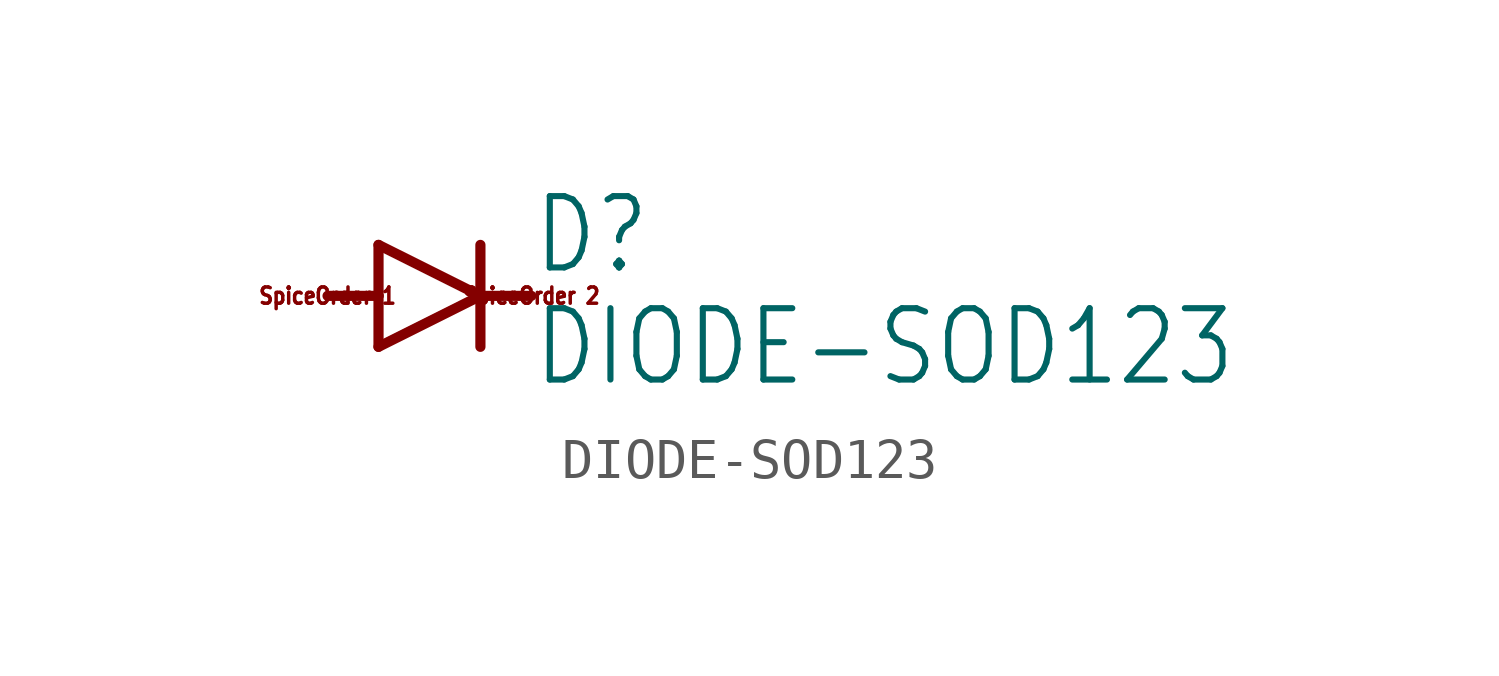
<source format=kicad_sym>
(kicad_symbol_lib
  (version 20211014)
  (generator kicad_symbol_editor)
  (symbol "DIODE-SOD123"
    (property "Reference" "D"
      (at 2.54 0.483 0)
      (effects (font (size 1.778 1.511)) (justify left bottom)))
    (property "Value" "DIODE-SOD123"
      (at 2.54 -2.311 0)
      (effects (font (size 1.778 1.511)) (justify left bottom)))
    (property "ki_locked" ""
      (at 0 0 0)
      (effects (font (size 1.27 1.27))))
    (symbol "DIODE-SOD123_1_0"
      (polyline (pts (xy -1.27 -1.27) (xy 1.27 0)) (stroke (width 0.254) (type default) (color 0 0 0 0)) (fill (type none)))
      (polyline (pts (xy -1.27 0) (xy -2.54 0)) (stroke (width 0.254) (type default) (color 0 0 0 0)) (fill (type none)))
      (polyline (pts (xy -1.27 0) (xy -1.27 -1.27)) (stroke (width 0.254) (type default) (color 0 0 0 0)) (fill (type none)))
      (polyline (pts (xy -1.27 1.27) (xy -1.27 0)) (stroke (width 0.254) (type default) (color 0 0 0 0)) (fill (type none)))
      (polyline (pts (xy 1.27 0) (xy -1.27 1.27)) (stroke (width 0.254) (type default) (color 0 0 0 0)) (fill (type none)))
      (polyline (pts (xy 1.27 0) (xy 1.27 -1.27)) (stroke (width 0.254) (type default) (color 0 0 0 0)) (fill (type none)))
      (polyline (pts (xy 1.27 1.27) (xy 1.27 0)) (stroke (width 0.254) (type default) (color 0 0 0 0)) (fill (type none)))
      (polyline (pts (xy 2.54 0) (xy 1.27 0)) (stroke (width 0.254) (type default) (color 0 0 0 0)) (fill (type none)))
      (text "SpiceOrder 1" (at -2.54 0 0) (effects (font (size 0.406 0.345))))
      (text "SpiceOrder 2" (at 2.54 0 0) (effects (font (size 0.406 0.345))))
      (pin passive line (at -2.54 0 0) (length 0) (name "A" (effects (font (size 0 0)))) (number "A" (effects (font (size 0 0)))))
      (pin passive line (at 2.54 0 180) (length 0) (name "C" (effects (font (size 0 0)))) (number "C" (effects (font (size 0 0))))))))
</source>
